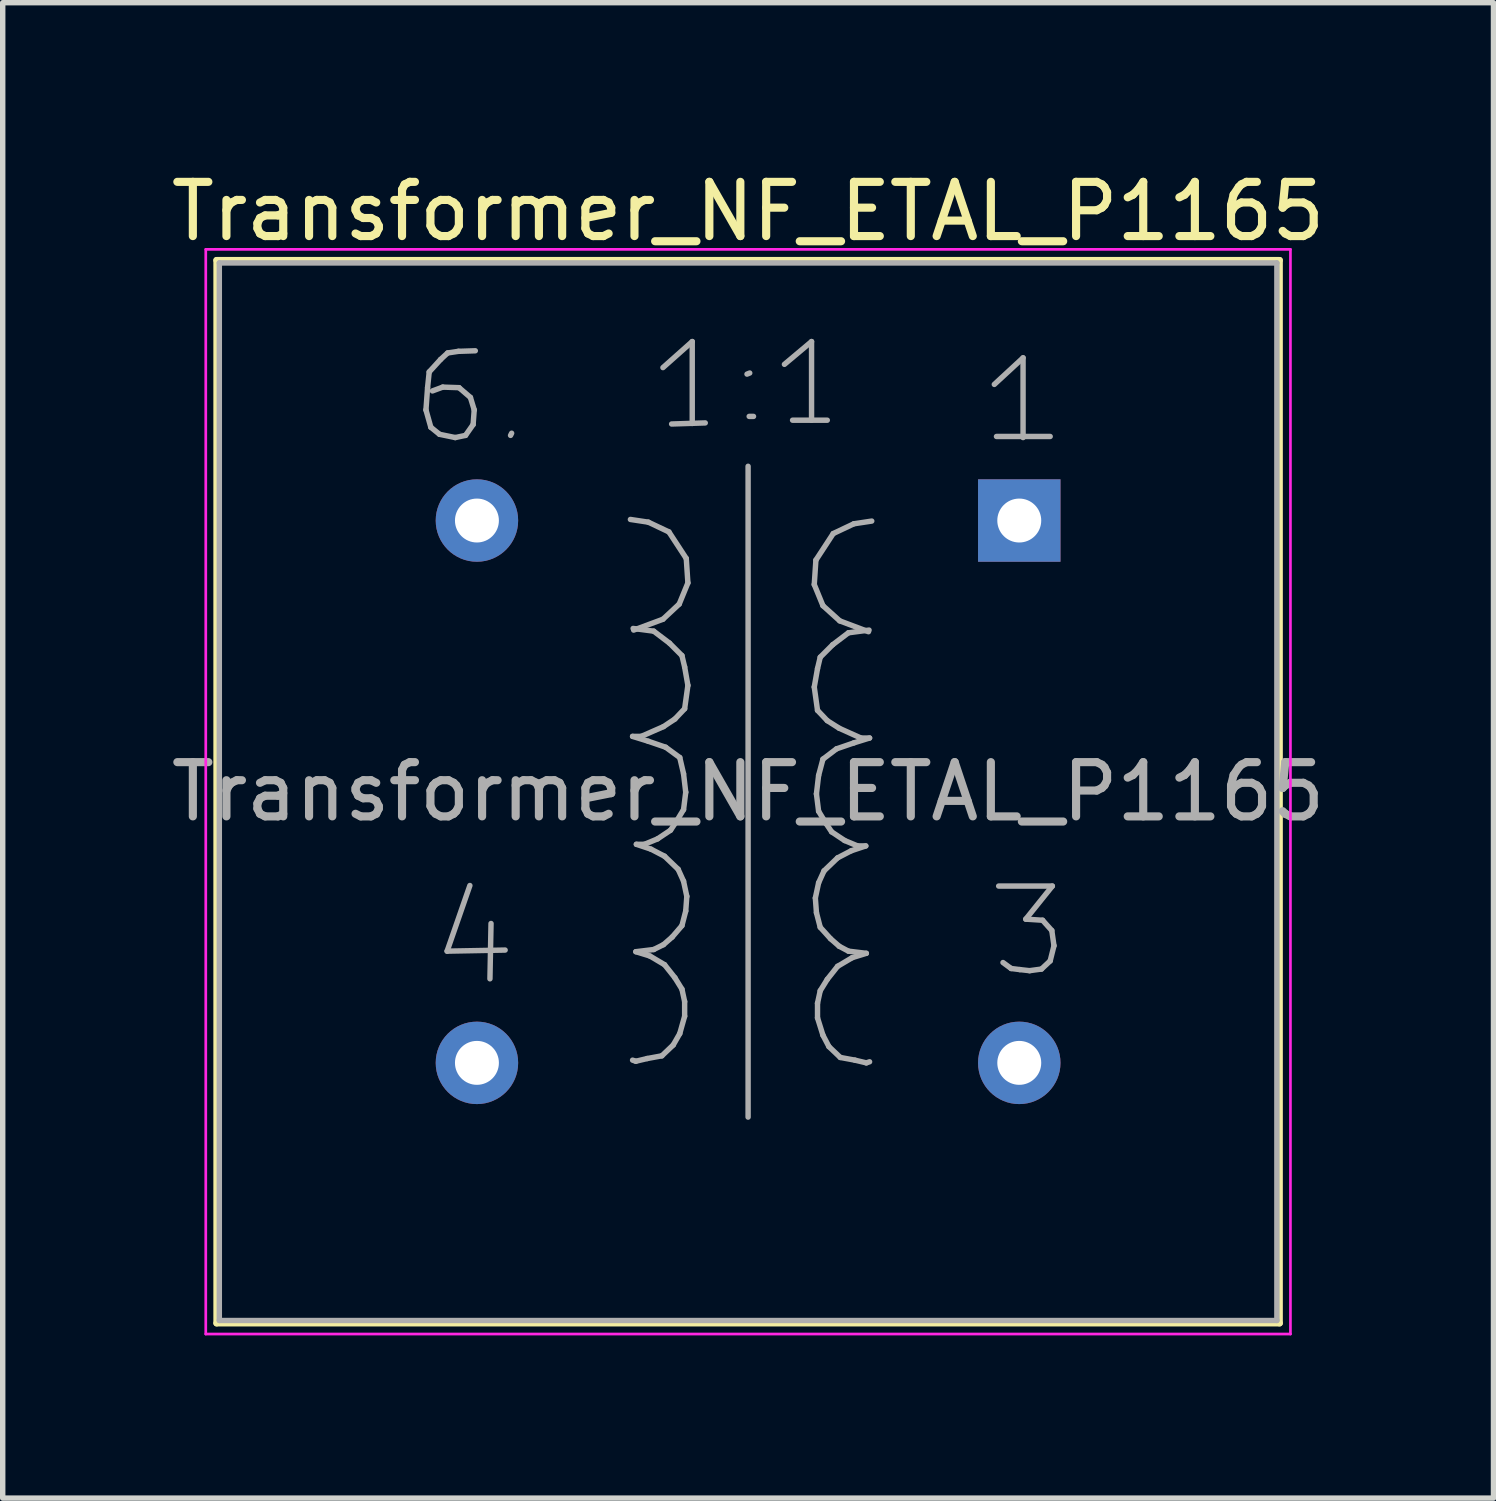
<source format=kicad_pcb>
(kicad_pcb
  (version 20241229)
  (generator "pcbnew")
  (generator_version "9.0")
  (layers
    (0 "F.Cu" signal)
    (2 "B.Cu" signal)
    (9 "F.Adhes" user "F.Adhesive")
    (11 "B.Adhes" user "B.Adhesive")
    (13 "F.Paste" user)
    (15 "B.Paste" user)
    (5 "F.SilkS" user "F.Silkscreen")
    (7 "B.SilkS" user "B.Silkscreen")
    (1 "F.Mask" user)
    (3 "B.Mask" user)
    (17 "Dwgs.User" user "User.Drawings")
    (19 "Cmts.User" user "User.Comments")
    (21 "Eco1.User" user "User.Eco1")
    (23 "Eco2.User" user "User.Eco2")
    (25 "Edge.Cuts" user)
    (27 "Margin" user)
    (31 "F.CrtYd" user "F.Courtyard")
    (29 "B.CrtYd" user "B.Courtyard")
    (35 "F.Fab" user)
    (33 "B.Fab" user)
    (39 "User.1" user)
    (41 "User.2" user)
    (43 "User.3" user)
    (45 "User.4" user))
  (footprint "Transformer_NF_ETAL_P1165"
    (layer "F.Cu")
    (at 15.744 6.548)
    (property "Reference" "Transformer_NF_ETAL_P1165" (at -5 -5.7 0) (layer "F.SilkS") (effects (font (size 1 1) (thickness 0.15))))
    (attr through_hole)
    (fp_line (start -14.8 -4.8) (end 4.8 -4.8) (stroke (width 0.12) (type solid)) (layer "F.SilkS"))
    (fp_line (start -14.8 14.8) (end -14.8 -4.8) (stroke (width 0.12) (type solid)) (layer "F.SilkS"))
    (fp_line (start 4.8 -4.8) (end 4.8 14.8) (stroke (width 0.12) (type solid)) (layer "F.SilkS"))
    (fp_line (start 4.8 14.8) (end -14.8 14.8) (stroke (width 0.12) (type solid)) (layer "F.SilkS"))
    (fp_line (start -15 -5) (end -15 15) (stroke (width 0.05) (type solid)) (layer "F.CrtYd"))
    (fp_line (start -15 -5) (end 5 -5) (stroke (width 0.05) (type solid)) (layer "F.CrtYd"))
    (fp_line (start 5 15) (end -15 15) (stroke (width 0.05) (type solid)) (layer "F.CrtYd"))
    (fp_line (start 5 15) (end 5 -5) (stroke (width 0.05) (type solid)) (layer "F.CrtYd"))
    (fp_line (start -14.75 -4.75) (end -14.75 14.75) (stroke (width 0.1) (type solid)) (layer "F.Fab"))
    (fp_line (start -14.75 14.75) (end 4.75 14.75) (stroke (width 0.1) (type solid)) (layer "F.Fab"))
    (fp_line (start -10.94 -2.04) (end -10.85 -1.72) (stroke (width 0.1) (type solid)) (layer "F.Fab"))
    (fp_line (start -10.91 -2.45) (end -10.94 -2.04) (stroke (width 0.1) (type solid)) (layer "F.Fab"))
    (fp_line (start -10.88 -2.74) (end -10.91 -2.45) (stroke (width 0.1) (type solid)) (layer "F.Fab"))
    (fp_line (start -10.85 -1.72) (end -10.69 -1.59) (stroke (width 0.1) (type solid)) (layer "F.Fab"))
    (fp_line (start -10.69 -1.59) (end -10.4 -1.53) (stroke (width 0.1) (type solid)) (layer "F.Fab"))
    (fp_line (start -10.67 -2.97) (end -10.88 -2.74) (stroke (width 0.1) (type solid)) (layer "F.Fab"))
    (fp_line (start -10.63 -2.46) (end -10.82 -2.39) (stroke (width 0.1) (type solid)) (layer "F.Fab"))
    (fp_line (start -10.55 7.94) (end -9.48 7.92) (stroke (width 0.1) (type solid)) (layer "F.Fab"))
    (fp_line (start -10.54 -3.09) (end -10.67 -2.97) (stroke (width 0.1) (type solid)) (layer "F.Fab"))
    (fp_line (start -10.4 -1.53) (end -10.21 -1.57) (stroke (width 0.1) (type solid)) (layer "F.Fab"))
    (fp_line (start -10.34 -3.12) (end -10.54 -3.09) (stroke (width 0.1) (type solid)) (layer "F.Fab"))
    (fp_line (start -10.33 -2.45) (end -10.63 -2.46) (stroke (width 0.1) (type solid)) (layer "F.Fab"))
    (fp_line (start -10.21 -1.57) (end -10.07 -1.77) (stroke (width 0.1) (type solid)) (layer "F.Fab"))
    (fp_line (start -10.13 6.73) (end -10.55 7.94) (stroke (width 0.1) (type solid)) (layer "F.Fab"))
    (fp_line (start -10.12 -2.27) (end -10.33 -2.45) (stroke (width 0.1) (type solid)) (layer "F.Fab"))
    (fp_line (start -10.07 -1.77) (end -10.05 -2.04) (stroke (width 0.1) (type solid)) (layer "F.Fab"))
    (fp_line (start -10.05 -2.04) (end -10.12 -2.27) (stroke (width 0.1) (type solid)) (layer "F.Fab"))
    (fp_line (start -10.03 -3.13) (end -10.34 -3.12) (stroke (width 0.1) (type solid)) (layer "F.Fab"))
    (fp_line (start -9.74 7.43) (end -9.76 8.45) (stroke (width 0.1) (type solid)) (layer "F.Fab"))
    (fp_line (start -9.38 -1.57) (end -9.36 -1.61) (stroke (width 0.1) (type solid)) (layer "F.Fab"))
    (fp_line (start -7.17 -0.02) (end -6.84 0.03) (stroke (width 0.1) (type solid)) (layer "F.Fab"))
    (fp_line (start -7.13 3.98) (end -6.84 4.07) (stroke (width 0.1) (type solid)) (layer "F.Fab"))
    (fp_line (start -7.12 1.99) (end -6.74 2.04) (stroke (width 0.1) (type solid)) (layer "F.Fab"))
    (fp_line (start -7.07 7.95) (end -6.81 8.03) (stroke (width 0.1) (type solid)) (layer "F.Fab"))
    (fp_line (start -7.07 9.97) (end -7.13 9.95) (stroke (width 0.1) (type solid)) (layer "F.Fab"))
    (fp_line (start -7.06 5.97) (end -6.79 6.06) (stroke (width 0.1) (type solid)) (layer "F.Fab"))
    (fp_line (start -6.97 3.98) (end -7.13 3.98) (stroke (width 0.1) (type solid)) (layer "F.Fab"))
    (fp_line (start -6.91 5.97) (end -7.06 5.97) (stroke (width 0.1) (type solid)) (layer "F.Fab"))
    (fp_line (start -6.86 9.92) (end -7.07 9.97) (stroke (width 0.1) (type solid)) (layer "F.Fab"))
    (fp_line (start -6.84 0.03) (end -6.46 0.21) (stroke (width 0.1) (type solid)) (layer "F.Fab"))
    (fp_line (start -6.84 4.07) (end -6.52 4.18) (stroke (width 0.1) (type solid)) (layer "F.Fab"))
    (fp_line (start -6.81 8.03) (end -6.54 8.19) (stroke (width 0.1) (type solid)) (layer "F.Fab"))
    (fp_line (start -6.79 6.06) (end -6.54 6.19) (stroke (width 0.1) (type solid)) (layer "F.Fab"))
    (fp_line (start -6.74 2.04) (end -6.45 2.26) (stroke (width 0.1) (type solid)) (layer "F.Fab"))
    (fp_line (start -6.74 7.91) (end -7.07 7.95) (stroke (width 0.1) (type solid)) (layer "F.Fab"))
    (fp_line (start -6.67 5.87) (end -6.91 5.97) (stroke (width 0.1) (type solid)) (layer "F.Fab"))
    (fp_line (start -6.59 9.87) (end -6.86 9.92) (stroke (width 0.1) (type solid)) (layer "F.Fab"))
    (fp_line (start -6.57 -2.82) (end -6.03 -3.3) (stroke (width 0.1) (type solid)) (layer "F.Fab"))
    (fp_line (start -6.57 1.82) (end -7.11 2.02) (stroke (width 0.1) (type solid)) (layer "F.Fab"))
    (fp_line (start -6.56 3.8) (end -6.97 3.98) (stroke (width 0.1) (type solid)) (layer "F.Fab"))
    (fp_line (start -6.56 7.82) (end -6.74 7.91) (stroke (width 0.1) (type solid)) (layer "F.Fab"))
    (fp_line (start -6.54 6.19) (end -6.29 6.43) (stroke (width 0.1) (type solid)) (layer "F.Fab"))
    (fp_line (start -6.54 8.19) (end -6.35 8.43) (stroke (width 0.1) (type solid)) (layer "F.Fab"))
    (fp_line (start -6.52 4.18) (end -6.26 4.37) (stroke (width 0.1) (type solid)) (layer "F.Fab"))
    (fp_line (start -6.46 0.21) (end -6.14 0.7) (stroke (width 0.1) (type solid)) (layer "F.Fab"))
    (fp_line (start -6.45 2.26) (end -6.22 2.49) (stroke (width 0.1) (type solid)) (layer "F.Fab"))
    (fp_line (start -6.43 5.71) (end -6.67 5.87) (stroke (width 0.1) (type solid)) (layer "F.Fab"))
    (fp_line (start -6.41 -1.78) (end -5.79 -1.8) (stroke (width 0.1) (type solid)) (layer "F.Fab"))
    (fp_line (start -6.4 7.68) (end -6.56 7.82) (stroke (width 0.1) (type solid)) (layer "F.Fab"))
    (fp_line (start -6.38 9.67) (end -6.59 9.87) (stroke (width 0.1) (type solid)) (layer "F.Fab"))
    (fp_line (start -6.35 3.66) (end -6.56 3.8) (stroke (width 0.1) (type solid)) (layer "F.Fab"))
    (fp_line (start -6.35 8.43) (end -6.22 8.64) (stroke (width 0.1) (type solid)) (layer "F.Fab"))
    (fp_line (start -6.33 5.56) (end -6.43 5.71) (stroke (width 0.1) (type solid)) (layer "F.Fab"))
    (fp_line (start -6.29 6.43) (end -6.19 6.65) (stroke (width 0.1) (type solid)) (layer "F.Fab"))
    (fp_line (start -6.27 1.54) (end -6.57 1.82) (stroke (width 0.1) (type solid)) (layer "F.Fab"))
    (fp_line (start -6.26 4.37) (end -6.19 4.67) (stroke (width 0.1) (type solid)) (layer "F.Fab"))
    (fp_line (start -6.26 9.46) (end -6.38 9.67) (stroke (width 0.1) (type solid)) (layer "F.Fab"))
    (fp_line (start -6.22 2.49) (end -6.17 2.7) (stroke (width 0.1) (type solid)) (layer "F.Fab"))
    (fp_line (start -6.22 7.47) (end -6.4 7.68) (stroke (width 0.1) (type solid)) (layer "F.Fab"))
    (fp_line (start -6.22 8.64) (end -6.17 8.87) (stroke (width 0.1) (type solid)) (layer "F.Fab"))
    (fp_line (start -6.19 4.67) (end -6.15 5.01) (stroke (width 0.1) (type solid)) (layer "F.Fab"))
    (fp_line (start -6.19 5.33) (end -6.33 5.56) (stroke (width 0.1) (type solid)) (layer "F.Fab"))
    (fp_line (start -6.19 6.65) (end -6.13 6.93) (stroke (width 0.1) (type solid)) (layer "F.Fab"))
    (fp_line (start -6.17 2.7) (end -6.11 3.04) (stroke (width 0.1) (type solid)) (layer "F.Fab"))
    (fp_line (start -6.17 3.47) (end -6.35 3.66) (stroke (width 0.1) (type solid)) (layer "F.Fab"))
    (fp_line (start -6.17 8.87) (end -6.17 9.14) (stroke (width 0.1) (type solid)) (layer "F.Fab"))
    (fp_line (start -6.17 9.14) (end -6.26 9.46) (stroke (width 0.1) (type solid)) (layer "F.Fab"))
    (fp_line (start -6.15 5.01) (end -6.19 5.33) (stroke (width 0.1) (type solid)) (layer "F.Fab"))
    (fp_line (start -6.15 7.2) (end -6.22 7.47) (stroke (width 0.1) (type solid)) (layer "F.Fab"))
    (fp_line (start -6.14 0.7) (end -6.11 1.15) (stroke (width 0.1) (type solid)) (layer "F.Fab"))
    (fp_line (start -6.13 6.93) (end -6.15 7.2) (stroke (width 0.1) (type solid)) (layer "F.Fab"))
    (fp_line (start -6.11 1.15) (end -6.27 1.54) (stroke (width 0.1) (type solid)) (layer "F.Fab"))
    (fp_line (start -6.11 3.04) (end -6.17 3.47) (stroke (width 0.1) (type solid)) (layer "F.Fab"))
    (fp_line (start -6.03 -3.3) (end -6.03 -1.79) (stroke (width 0.1) (type solid)) (layer "F.Fab"))
    (fp_line (start -5 -1) (end -5 11) (stroke (width 0.1) (type solid)) (layer "F.Fab"))
    (fp_line (start -4.97 -2.72) (end -5.02 -2.7) (stroke (width 0.1) (type solid)) (layer "F.Fab"))
    (fp_line (start -4.9 -1.92) (end -4.98 -1.92) (stroke (width 0.1) (type solid)) (layer "F.Fab"))
    (fp_line (start -4.33 -2.88) (end -3.83 -3.3) (stroke (width 0.1) (type solid)) (layer "F.Fab"))
    (fp_line (start -4.18 -1.85) (end -3.54 -1.85) (stroke (width 0.1) (type solid)) (layer "F.Fab"))
    (fp_line (start -3.83 -3.3) (end -3.83 -1.85) (stroke (width 0.1) (type solid)) (layer "F.Fab"))
    (fp_line (start -3.78 1.18) (end -3.62 1.57) (stroke (width 0.1) (type solid)) (layer "F.Fab"))
    (fp_line (start -3.78 3.07) (end -3.72 3.5) (stroke (width 0.1) (type solid)) (layer "F.Fab"))
    (fp_line (start -3.76 6.96) (end -3.74 7.23) (stroke (width 0.1) (type solid)) (layer "F.Fab"))
    (fp_line (start -3.75 0.73) (end -3.78 1.18) (stroke (width 0.1) (type solid)) (layer "F.Fab"))
    (fp_line (start -3.74 5.04) (end -3.7 5.36) (stroke (width 0.1) (type solid)) (layer "F.Fab"))
    (fp_line (start -3.74 7.23) (end -3.67 7.5) (stroke (width 0.1) (type solid)) (layer "F.Fab"))
    (fp_line (start -3.72 2.73) (end -3.78 3.07) (stroke (width 0.1) (type solid)) (layer "F.Fab"))
    (fp_line (start -3.72 3.5) (end -3.54 3.69) (stroke (width 0.1) (type solid)) (layer "F.Fab"))
    (fp_line (start -3.72 8.9) (end -3.72 9.17) (stroke (width 0.1) (type solid)) (layer "F.Fab"))
    (fp_line (start -3.72 9.17) (end -3.62 9.49) (stroke (width 0.1) (type solid)) (layer "F.Fab"))
    (fp_line (start -3.7 4.7) (end -3.74 5.04) (stroke (width 0.1) (type solid)) (layer "F.Fab"))
    (fp_line (start -3.7 5.36) (end -3.56 5.59) (stroke (width 0.1) (type solid)) (layer "F.Fab"))
    (fp_line (start -3.7 6.68) (end -3.76 6.96) (stroke (width 0.1) (type solid)) (layer "F.Fab"))
    (fp_line (start -3.67 2.52) (end -3.72 2.73) (stroke (width 0.1) (type solid)) (layer "F.Fab"))
    (fp_line (start -3.67 7.5) (end -3.48 7.71) (stroke (width 0.1) (type solid)) (layer "F.Fab"))
    (fp_line (start -3.67 8.67) (end -3.72 8.9) (stroke (width 0.1) (type solid)) (layer "F.Fab"))
    (fp_line (start -3.62 1.57) (end -3.31 1.85) (stroke (width 0.1) (type solid)) (layer "F.Fab"))
    (fp_line (start -3.62 4.4) (end -3.7 4.7) (stroke (width 0.1) (type solid)) (layer "F.Fab"))
    (fp_line (start -3.62 9.49) (end -3.51 9.7) (stroke (width 0.1) (type solid)) (layer "F.Fab"))
    (fp_line (start -3.6 6.46) (end -3.7 6.68) (stroke (width 0.1) (type solid)) (layer "F.Fab"))
    (fp_line (start -3.56 5.59) (end -3.46 5.74) (stroke (width 0.1) (type solid)) (layer "F.Fab"))
    (fp_line (start -3.54 3.69) (end -3.32 3.83) (stroke (width 0.1) (type solid)) (layer "F.Fab"))
    (fp_line (start -3.54 8.46) (end -3.67 8.67) (stroke (width 0.1) (type solid)) (layer "F.Fab"))
    (fp_line (start -3.51 9.7) (end -3.3 9.9) (stroke (width 0.1) (type solid)) (layer "F.Fab"))
    (fp_line (start -3.48 7.71) (end -3.32 7.85) (stroke (width 0.1) (type solid)) (layer "F.Fab"))
    (fp_line (start -3.46 5.74) (end -3.22 5.9) (stroke (width 0.1) (type solid)) (layer "F.Fab"))
    (fp_line (start -3.44 2.29) (end -3.67 2.52) (stroke (width 0.1) (type solid)) (layer "F.Fab"))
    (fp_line (start -3.43 0.24) (end -3.75 0.73) (stroke (width 0.1) (type solid)) (layer "F.Fab"))
    (fp_line (start -3.37 4.21) (end -3.62 4.4) (stroke (width 0.1) (type solid)) (layer "F.Fab"))
    (fp_line (start -3.35 6.22) (end -3.6 6.46) (stroke (width 0.1) (type solid)) (layer "F.Fab"))
    (fp_line (start -3.35 8.22) (end -3.54 8.46) (stroke (width 0.1) (type solid)) (layer "F.Fab"))
    (fp_line (start -3.32 3.83) (end -2.92 4.01) (stroke (width 0.1) (type solid)) (layer "F.Fab"))
    (fp_line (start -3.32 7.85) (end -3.15 7.94) (stroke (width 0.1) (type solid)) (layer "F.Fab"))
    (fp_line (start -3.31 1.85) (end -2.78 2.05) (stroke (width 0.1) (type solid)) (layer "F.Fab"))
    (fp_line (start -3.3 9.9) (end -3.03 9.95) (stroke (width 0.1) (type solid)) (layer "F.Fab"))
    (fp_line (start -3.22 5.9) (end -2.98 6) (stroke (width 0.1) (type solid)) (layer "F.Fab"))
    (fp_line (start -3.15 2.07) (end -3.44 2.29) (stroke (width 0.1) (type solid)) (layer "F.Fab"))
    (fp_line (start -3.15 7.94) (end -2.82 7.98) (stroke (width 0.1) (type solid)) (layer "F.Fab"))
    (fp_line (start -3.1 6.09) (end -3.35 6.22) (stroke (width 0.1) (type solid)) (layer "F.Fab"))
    (fp_line (start -3.08 8.06) (end -3.35 8.22) (stroke (width 0.1) (type solid)) (layer "F.Fab"))
    (fp_line (start -3.05 0.06) (end -3.43 0.24) (stroke (width 0.1) (type solid)) (layer "F.Fab"))
    (fp_line (start -3.05 4.1) (end -3.37 4.21) (stroke (width 0.1) (type solid)) (layer "F.Fab"))
    (fp_line (start -3.03 9.95) (end -2.82 10) (stroke (width 0.1) (type solid)) (layer "F.Fab"))
    (fp_line (start -2.98 6) (end -2.83 6) (stroke (width 0.1) (type solid)) (layer "F.Fab"))
    (fp_line (start -2.92 4.01) (end -2.76 4.01) (stroke (width 0.1) (type solid)) (layer "F.Fab"))
    (fp_line (start -2.83 6) (end -3.1 6.09) (stroke (width 0.1) (type solid)) (layer "F.Fab"))
    (fp_line (start -2.82 7.98) (end -3.08 8.06) (stroke (width 0.1) (type solid)) (layer "F.Fab"))
    (fp_line (start -2.82 10) (end -2.76 9.98) (stroke (width 0.1) (type solid)) (layer "F.Fab"))
    (fp_line (start -2.77 2.02) (end -3.15 2.07) (stroke (width 0.1) (type solid)) (layer "F.Fab"))
    (fp_line (start -2.76 4.01) (end -3.05 4.1) (stroke (width 0.1) (type solid)) (layer "F.Fab"))
    (fp_line (start -2.72 0.01) (end -3.05 0.06) (stroke (width 0.1) (type solid)) (layer "F.Fab"))
    (fp_line (start -0.46 -2.51) (end 0.07 -3) (stroke (width 0.1) (type solid)) (layer "F.Fab"))
    (fp_line (start -0.42 -1.55) (end 0.57 -1.55) (stroke (width 0.1) (type solid)) (layer "F.Fab"))
    (fp_line (start -0.38 6.74) (end 0.61 6.74) (stroke (width 0.1) (type solid)) (layer "F.Fab"))
    (fp_line (start -0.15 8.26) (end -0.3 8.15) (stroke (width 0.1) (type solid)) (layer "F.Fab"))
    (fp_line (start 0.01 8.28) (end -0.15 8.26) (stroke (width 0.1) (type solid)) (layer "F.Fab"))
    (fp_line (start 0.07 -3) (end 0.07 -1.53) (stroke (width 0.1) (type solid)) (layer "F.Fab"))
    (fp_line (start 0.12 7.35) (end 0.43 7.37) (stroke (width 0.1) (type solid)) (layer "F.Fab"))
    (fp_line (start 0.19 8.3) (end 0.01 8.28) (stroke (width 0.1) (type solid)) (layer "F.Fab"))
    (fp_line (start 0.41 8.27) (end 0.19 8.3) (stroke (width 0.1) (type solid)) (layer "F.Fab"))
    (fp_line (start 0.43 7.37) (end 0.6 7.56) (stroke (width 0.1) (type solid)) (layer "F.Fab"))
    (fp_line (start 0.57 8.12) (end 0.41 8.27) (stroke (width 0.1) (type solid)) (layer "F.Fab"))
    (fp_line (start 0.6 7.56) (end 0.64 7.84) (stroke (width 0.1) (type solid)) (layer "F.Fab"))
    (fp_line (start 0.61 6.74) (end 0.12 7.35) (stroke (width 0.1) (type solid)) (layer "F.Fab"))
    (fp_line (start 0.64 7.84) (end 0.57 8.12) (stroke (width 0.1) (type solid)) (layer "F.Fab"))
    (fp_line (start 4.75 -4.75) (end -14.75 -4.75) (stroke (width 0.1) (type solid)) (layer "F.Fab"))
    (fp_line (start 4.75 14.75) (end 4.75 -4.75) (stroke (width 0.1) (type solid)) (layer "F.Fab"))
    (fp_text user "${REFERENCE}" (at -5 5 0) (layer "F.Fab") (effects (font (size 1 1) (thickness 0.15))))
    (pad "1" thru_hole rect (at 0 0) (size 1.52 1.52) (drill 0.81) (layers "*.Cu" "*.Mask"))
    (pad "3" thru_hole circle (at 0 10) (size 1.52 1.52) (drill 0.81) (layers "*.Cu" "*.Mask"))
    (pad "4" thru_hole circle (at -10 10) (size 1.52 1.52) (drill 0.81) (layers "*.Cu" "*.Mask"))
    (pad "6" thru_hole circle (at -10 0) (size 1.52 1.52) (drill 0.81) (layers "*.Cu" "*.Mask")))
  (gr_rect
    (start -3 -3)
    (end 24.488 24.573)
    (stroke (width 0.1) (type default))
    (fill no)
    (layer "Edge.Cuts")))
</source>
